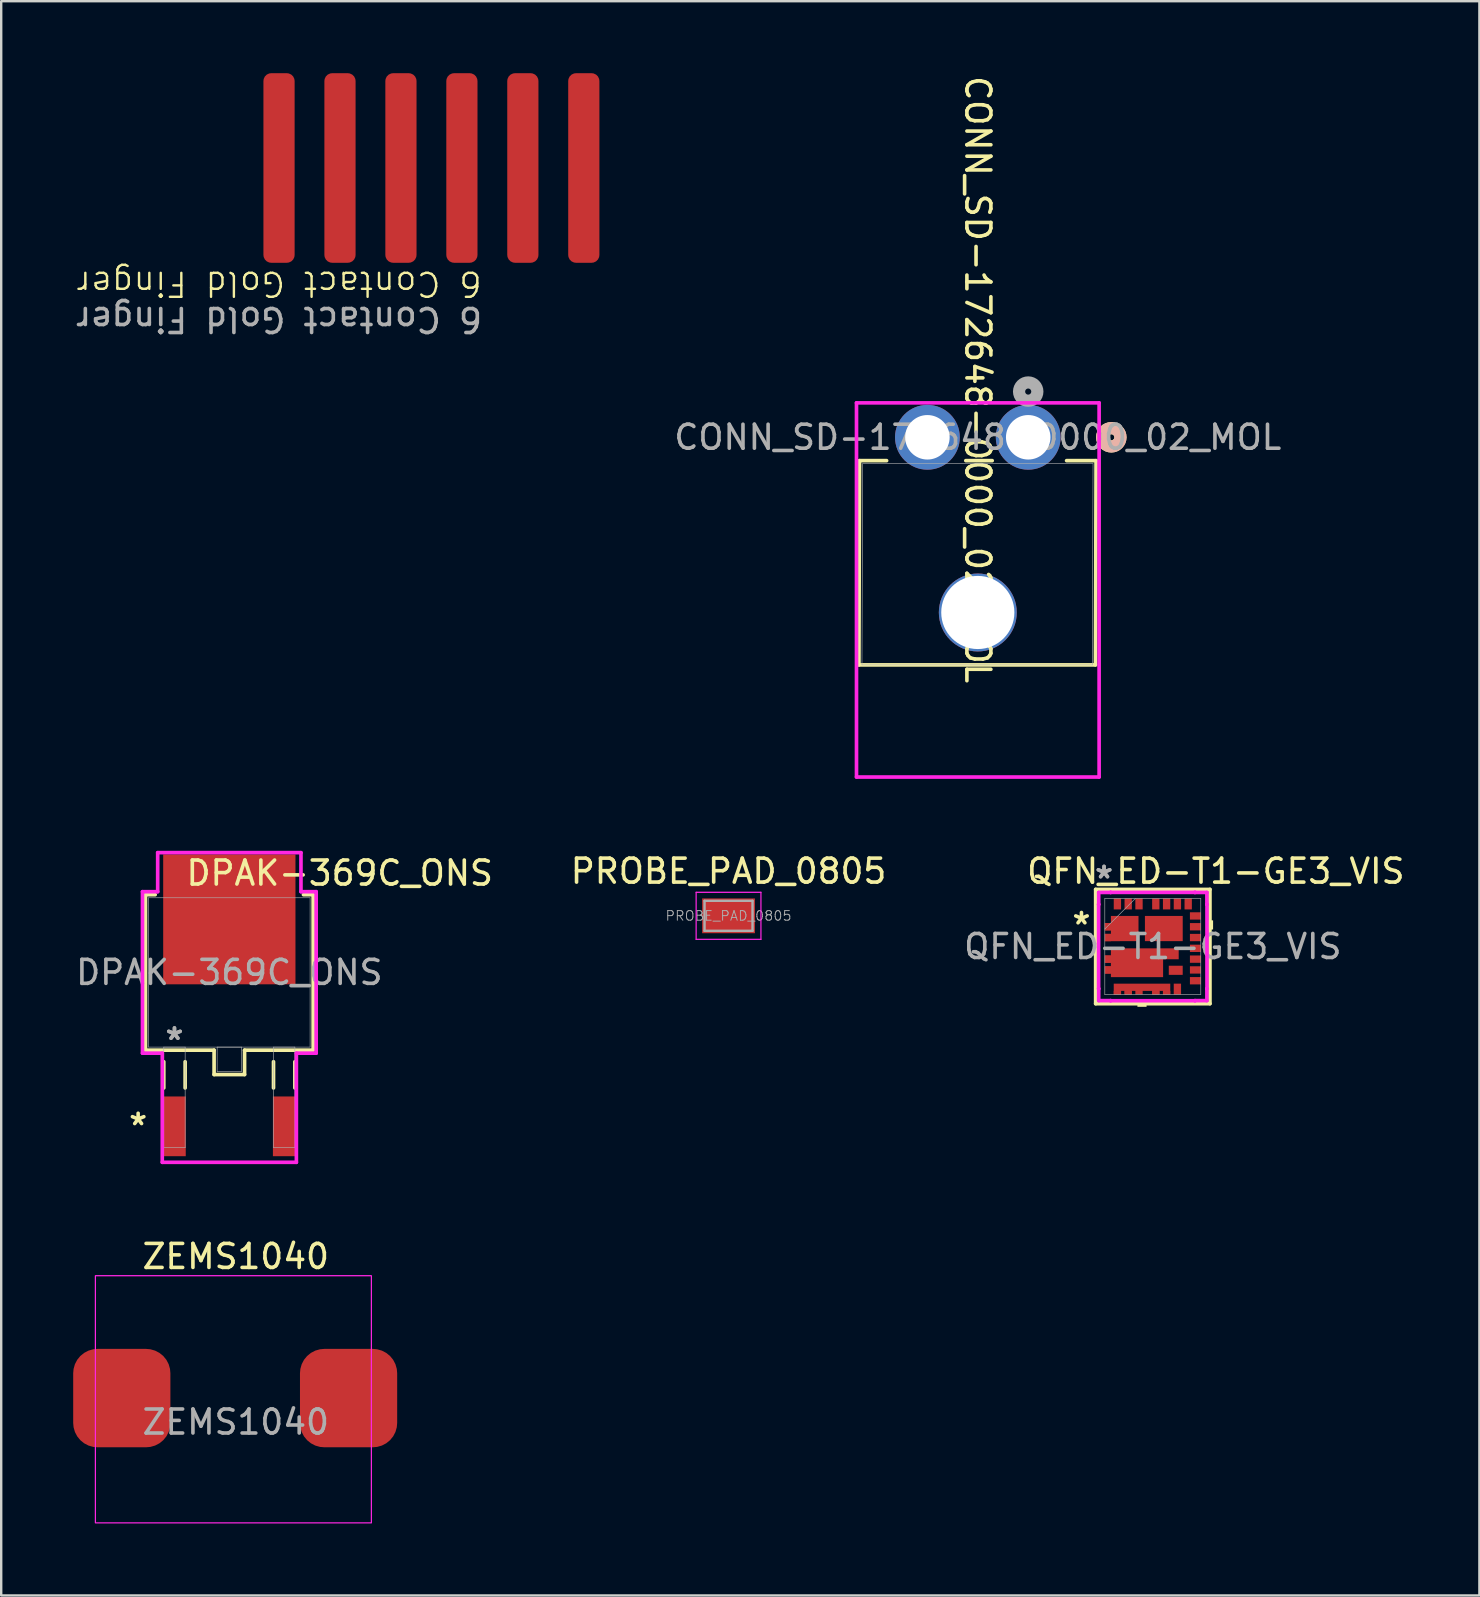
<source format=kicad_pcb>
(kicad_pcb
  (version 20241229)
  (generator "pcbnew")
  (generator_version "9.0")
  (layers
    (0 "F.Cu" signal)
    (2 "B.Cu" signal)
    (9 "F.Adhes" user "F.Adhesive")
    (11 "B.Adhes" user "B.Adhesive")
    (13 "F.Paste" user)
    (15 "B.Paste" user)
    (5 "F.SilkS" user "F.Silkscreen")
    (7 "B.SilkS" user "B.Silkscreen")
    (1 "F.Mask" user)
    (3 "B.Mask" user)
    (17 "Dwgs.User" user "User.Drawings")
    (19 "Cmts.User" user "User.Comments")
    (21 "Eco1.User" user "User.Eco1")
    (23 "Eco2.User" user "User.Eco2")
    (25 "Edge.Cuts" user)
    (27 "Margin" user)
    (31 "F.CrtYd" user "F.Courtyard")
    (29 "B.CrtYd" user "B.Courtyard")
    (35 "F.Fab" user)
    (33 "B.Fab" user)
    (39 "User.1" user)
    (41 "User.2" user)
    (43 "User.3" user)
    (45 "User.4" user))
  (footprint "PROBE_PAD_0805"
    (layer "F.Cu")
    (at 27.308 35.112)
    (property "Reference" "PROBE_PAD_0805" (at 0 -1.86 0) (layer "F.SilkS") (effects (font (size 1 1) (thickness 0.15))))
    (attr smd)
    (fp_line (start -1.35 -0.98) (end -1.35 0.98) (stroke (width 0.05) (type solid)) (layer "F.CrtYd"))
    (fp_line (start 1.35 -0.98) (end -1.35 -0.98) (stroke (width 0.05) (type solid)) (layer "F.CrtYd"))
    (fp_line (start 1.35 -0.98) (end 1.35 0.98) (stroke (width 0.05) (type solid)) (layer "F.CrtYd"))
    (fp_line (start 1.35 0.98) (end -1.35 0.98) (stroke (width 0.05) (type solid)) (layer "F.CrtYd"))
    (fp_line (start -1 -0.625) (end 1 -0.625) (stroke (width 0.1) (type solid)) (layer "F.Fab"))
    (fp_line (start -1 0.625) (end -1 -0.625) (stroke (width 0.1) (type solid)) (layer "F.Fab"))
    (fp_line (start -1 0.625) (end 1 0.625) (stroke (width 0.1) (type solid)) (layer "F.Fab"))
    (fp_line (start 1 0.625) (end 1 -0.625) (stroke (width 0.1) (type solid)) (layer "F.Fab"))
    (fp_text user "${REFERENCE}" (at 0 0 0) (layer "F.Fab") (effects (font (size 0.4 0.4) (thickness 0.04))))
    (pad "1" smd rect (at 0 0) (size 2.2 1.45) (layers "F.Cu" "F.Mask" "F.Paste")))
  (footprint "DPAK-369C_ONS"
    (layer "F.Cu")
    (at 6.506 37.471)
    (property "Reference" "DPAK-369C_ONS" (at 4.6 -4.139 0) (unlocked yes) (layer "F.SilkS") (effects (font (size 1 1) (thickness 0.15))))
    (attr smd)
    (fp_line (start -3.493 -3.239) (end -3.493 3.239) (stroke (width 0.152) (type solid)) (layer "F.SilkS"))
    (fp_line (start -3.493 3.239) (end -0.635 3.239) (stroke (width 0.152) (type solid)) (layer "F.SilkS"))
    (fp_line (start -3.089 -3.239) (end -3.493 -3.239) (stroke (width 0.152) (type solid)) (layer "F.SilkS"))
    (fp_line (start -2.731 3.721) (end -2.731 4.813) (stroke (width 0.152) (type solid)) (layer "F.SilkS"))
    (fp_line (start -1.841 3.721) (end -1.841 4.813) (stroke (width 0.152) (type solid)) (layer "F.SilkS"))
    (fp_line (start -0.635 3.239) (end -0.635 4.255) (stroke (width 0.152) (type solid)) (layer "F.SilkS"))
    (fp_line (start -0.635 4.255) (end 0.635 4.255) (stroke (width 0.152) (type solid)) (layer "F.SilkS"))
    (fp_line (start 0.635 3.239) (end 3.493 3.239) (stroke (width 0.152) (type solid)) (layer "F.SilkS"))
    (fp_line (start 0.635 4.255) (end 0.635 3.239) (stroke (width 0.152) (type solid)) (layer "F.SilkS"))
    (fp_line (start 1.841 3.721) (end 1.841 4.813) (stroke (width 0.152) (type solid)) (layer "F.SilkS"))
    (fp_line (start 2.731 3.721) (end 2.731 4.813) (stroke (width 0.152) (type solid)) (layer "F.SilkS"))
    (fp_line (start 3.493 -3.239) (end 3.089 -3.239) (stroke (width 0.152) (type solid)) (layer "F.SilkS"))
    (fp_line (start 3.493 3.239) (end 3.493 -3.239) (stroke (width 0.152) (type solid)) (layer "F.SilkS"))
    (fp_line (start -3.619 -3.365) (end -2.985 -3.365) (stroke (width 0.152) (type solid)) (layer "F.CrtYd"))
    (fp_line (start -3.619 3.365) (end -3.619 -3.365) (stroke (width 0.152) (type solid)) (layer "F.CrtYd"))
    (fp_line (start -2.985 -4.991) (end 2.985 -4.991) (stroke (width 0.152) (type solid)) (layer "F.CrtYd"))
    (fp_line (start -2.985 -3.365) (end -2.985 -4.991) (stroke (width 0.152) (type solid)) (layer "F.CrtYd"))
    (fp_line (start -2.794 3.365) (end -3.619 3.365) (stroke (width 0.152) (type solid)) (layer "F.CrtYd"))
    (fp_line (start -2.794 7.912) (end -2.794 3.365) (stroke (width 0.152) (type solid)) (layer "F.CrtYd"))
    (fp_line (start 2.794 3.365) (end 2.794 7.912) (stroke (width 0.152) (type solid)) (layer "F.CrtYd"))
    (fp_line (start 2.794 7.912) (end -2.794 7.912) (stroke (width 0.152) (type solid)) (layer "F.CrtYd"))
    (fp_line (start 2.985 -4.991) (end 2.985 -3.365) (stroke (width 0.152) (type solid)) (layer "F.CrtYd"))
    (fp_line (start 2.985 -3.365) (end 3.619 -3.365) (stroke (width 0.152) (type solid)) (layer "F.CrtYd"))
    (fp_line (start 3.619 -3.365) (end 3.619 3.365) (stroke (width 0.152) (type solid)) (layer "F.CrtYd"))
    (fp_line (start 3.619 3.365) (end 2.794 3.365) (stroke (width 0.152) (type solid)) (layer "F.CrtYd"))
    (fp_line (start -3.365 -3.111) (end -3.365 3.111) (stroke (width 0.025) (type solid)) (layer "F.Fab"))
    (fp_line (start -3.365 3.111) (end 3.365 3.111) (stroke (width 0.025) (type solid)) (layer "F.Fab"))
    (fp_line (start -2.731 3.111) (end -2.731 7.303) (stroke (width 0.025) (type solid)) (layer "F.Fab"))
    (fp_line (start -2.731 7.303) (end -1.841 7.303) (stroke (width 0.025) (type solid)) (layer "F.Fab"))
    (fp_line (start -1.841 3.111) (end -2.731 3.111) (stroke (width 0.025) (type solid)) (layer "F.Fab"))
    (fp_line (start -1.841 7.303) (end -1.841 3.111) (stroke (width 0.025) (type solid)) (layer "F.Fab"))
    (fp_line (start -0.508 3.111) (end -0.508 4.128) (stroke (width 0.025) (type solid)) (layer "F.Fab"))
    (fp_line (start -0.508 4.128) (end 0.508 4.128) (stroke (width 0.025) (type solid)) (layer "F.Fab"))
    (fp_line (start 0.508 3.111) (end -0.508 3.111) (stroke (width 0.025) (type solid)) (layer "F.Fab"))
    (fp_line (start 0.508 4.128) (end 0.508 3.111) (stroke (width 0.025) (type solid)) (layer "F.Fab"))
    (fp_line (start 1.841 3.111) (end 1.841 7.303) (stroke (width 0.025) (type solid)) (layer "F.Fab"))
    (fp_line (start 1.841 7.303) (end 2.731 7.303) (stroke (width 0.025) (type solid)) (layer "F.Fab"))
    (fp_line (start 2.731 3.111) (end 1.841 3.111) (stroke (width 0.025) (type solid)) (layer "F.Fab"))
    (fp_line (start 2.731 7.303) (end 2.731 3.111) (stroke (width 0.025) (type solid)) (layer "F.Fab"))
    (fp_line (start 3.365 -3.111) (end -3.365 -3.111) (stroke (width 0.025) (type solid)) (layer "F.Fab"))
    (fp_line (start 3.365 3.111) (end 3.365 -3.111) (stroke (width 0.025) (type solid)) (layer "F.Fab"))
    (fp_text user "*" (at -3.8 6.413 0) (layer "F.SilkS") (effects (font (size 1 1) (thickness 0.15))))
    (fp_text user "${REFERENCE}" (at 0 0 0) (unlocked yes) (layer "F.Fab") (effects (font (size 1 1) (thickness 0.15))))
    (fp_text user "*" (at -2.286 2.857 0) (layer "F.Fab") (effects (font (size 1 1) (thickness 0.15))))
    (fp_text user "*" (at -2.286 2.857 0) (layer "F.Fab") (effects (font (size 1 1) (thickness 0.15))))
    (pad "1" smd rect (at 0 -2.21) (size 5.512 5.41) (layers "F.Cu" "F.Mask" "F.Paste"))
    (pad "2" smd rect (at -2.286 6.413) (size 0.94 2.489) (layers "F.Cu" "F.Mask" "F.Paste"))
    (pad "3" smd rect (at 2.286 6.413) (size 0.94 2.489) (layers "F.Cu" "F.Mask" "F.Paste")))
  (footprint "6 Contact Gold Finger"
    (layer "F.Cu")
    (at 8.577 7.76)
    (property "Reference" "6 Contact Gold Finger" (at 0 1.016 180) (unlocked yes) (layer "F.SilkS") (effects (font (size 1 1) (thickness 0.1))))
    (attr smd)
    (fp_text user "${REFERENCE}" (at 0 2.5 180) (unlocked yes) (layer "F.Fab") (effects (font (size 1 1) (thickness 0.15))))
    (pad "1" smd roundrect (at 0 -3.81) (size 1.3 7.9) (layers "F.Cu" "F.Mask" "F.Paste") (roundrect_rratio 0.25))
    (pad "2" smd roundrect (at 2.54 -3.81) (size 1.3 7.9) (layers "F.Cu" "F.Mask" "F.Paste") (roundrect_rratio 0.25))
    (pad "3" smd roundrect (at 5.08 -3.81) (size 1.3 7.9) (layers "F.Cu" "F.Mask" "F.Paste") (roundrect_rratio 0.25))
    (pad "4" smd roundrect (at 7.62 -3.81) (size 1.3 7.9) (layers "F.Cu" "F.Mask" "F.Paste") (roundrect_rratio 0.25))
    (pad "5" smd roundrect (at 10.16 -3.81) (size 1.3 7.9) (layers "F.Cu" "F.Mask" "F.Paste") (roundrect_rratio 0.25))
    (pad "6" smd roundrect (at 12.7 -3.81) (size 1.3 7.9) (layers "F.Cu" "F.Mask" "F.Paste") (roundrect_rratio 0.25)))
  (footprint "CONN_SD-172648-0000_02_MOL"
    (layer "F.Cu")
    (at 39.795 15.172)
    (property "Reference" "CONN_SD-172648-0000_02_MOL" (at -2.1 -2.404 270) (unlocked yes) (layer "F.SilkS") (effects (font (size 1 1) (thickness 0.15))))
    (attr through_hole exclude_from_pos_files exclude_from_bom)
    (fp_line (start -7.054 9.484) (end 2.802 9.484) (stroke (width 0.152) (type solid)) (layer "F.SilkS"))
    (fp_line (start -7.028 0.973) (end -7.054 9.484) (stroke (width 0.152) (type solid)) (layer "F.SilkS"))
    (fp_line (start -5.9 0.973) (end -7.028 0.973) (stroke (width 0.152) (type solid)) (layer "F.SilkS"))
    (fp_line (start -1.5 0.973) (end -2.6 0.973) (stroke (width 0.152) (type solid)) (layer "F.SilkS"))
    (fp_line (start 2.802 9.484) (end 2.828 0.973) (stroke (width 0.152) (type solid)) (layer "F.SilkS"))
    (fp_line (start 2.828 0.973) (end 1.6 0.973) (stroke (width 0.152) (type solid)) (layer "F.SilkS"))
    (fp_circle (center 3.463 0) (end 3.844 0) (stroke (width 0.508) (type solid)) (fill no) (layer "F.SilkS"))
    (fp_circle (center 3.463 0) (end 3.844 0) (stroke (width 0.508) (type solid)) (fill no) (layer "B.SilkS"))
    (fp_line (start -7.155 -1.435) (end -7.155 14.156) (stroke (width 0.152) (type solid)) (layer "F.CrtYd"))
    (fp_line (start -7.155 14.156) (end 2.955 14.156) (stroke (width 0.152) (type solid)) (layer "F.CrtYd"))
    (fp_line (start 2.955 -1.435) (end -7.155 -1.435) (stroke (width 0.152) (type solid)) (layer "F.CrtYd"))
    (fp_line (start 2.955 14.156) (end 2.955 -1.435) (stroke (width 0.152) (type solid)) (layer "F.CrtYd"))
    (fp_line (start -6.927 9.484) (end 2.675 9.484) (stroke (width 0.025) (type solid)) (layer "F.Fab"))
    (fp_line (start -6.901 1.1) (end -6.927 9.484) (stroke (width 0.025) (type solid)) (layer "F.Fab"))
    (fp_line (start 2.675 9.484) (end 2.701 1.1) (stroke (width 0.025) (type solid)) (layer "F.Fab"))
    (fp_line (start 2.701 1.1) (end -6.901 1.1) (stroke (width 0.025) (type solid)) (layer "F.Fab"))
    (fp_circle (center 0 -1.905) (end 0.381 -1.905) (stroke (width 0.508) (type solid)) (fill no) (layer "F.Fab"))
    (fp_text user "${REFERENCE}" (at -2.1 0 0) (unlocked yes) (layer "F.Fab") (effects (font (size 1 1) (thickness 0.15))))
    (pad "" np_thru_hole circle (at -2.1 7.3) (size 3.248 3.248) (drill 3.048) (layers "*.Cu" "*.Mask"))
    (pad "1" thru_hole circle (at 0 0) (size 2.7 2.7) (drill 1.854) (layers "*.Cu" "*.Mask"))
    (pad "2" thru_hole circle (at -4.2 0) (size 2.7 2.7) (drill 1.854) (layers "*.Cu" "*.Mask")))
  (footprint "QFN_ED-T1-GE3_VIS"
    (layer "F.Cu")
    (at 44.987 36.392)
    (property "Reference" "QFN_ED-T1-GE3_VIS" (at 2.627 -3.14 0) (unlocked yes) (layer "F.SilkS") (effects (font (size 1 1) (thickness 0.15))))
    (attr smd)
    (fp_poly (pts (xy -1.628 1.546) (xy 0.728 1.546) (xy 0.728 2) (xy 0.423 2) (xy 0.423 1.848) (xy 0.277 1.848) (xy 0.277 2) (xy -0.027 2) (xy -0.027 1.848) (xy -0.423 1.848) (xy -0.423 2) (xy -0.727 2) (xy -0.727 1.848) (xy -0.873 1.848) (xy -0.873 2) (xy -1.178 2) (xy -1.178 1.848) (xy -1.323 1.848) (xy -1.323 2) (xy -1.628 2)) (stroke (width 0) (type solid)) (fill yes) (layer "F.Mask"))
    (fp_line (start -2.381 -2.381) (end -2.381 2.381) (stroke (width 0.152) (type solid)) (layer "F.SilkS"))
    (fp_line (start -2.381 2.381) (end 2.381 2.381) (stroke (width 0.152) (type solid)) (layer "F.SilkS"))
    (fp_line (start 2.381 -2.381) (end -2.381 -2.381) (stroke (width 0.152) (type solid)) (layer "F.SilkS"))
    (fp_line (start 2.381 2.381) (end 2.381 -2.381) (stroke (width 0.152) (type solid)) (layer "F.SilkS"))
    (fp_poly (pts (xy -0.641 2.258) (xy -0.641 2.512) (xy -0.26 2.512) (xy -0.26 2.258)) (stroke (width 0) (type solid)) (fill yes) (layer "F.SilkS"))
    (fp_poly (pts (xy 2.512 -1.091) (xy 2.512 -0.71) (xy 2.258 -0.71) (xy 2.258 -1.091)) (stroke (width 0) (type solid)) (fill yes) (layer "F.SilkS"))
    (fp_poly (pts (xy -1.746 0.075) (xy 1.079 0.076) (xy 1.079 0.53) (xy 0.429 0.53) (xy 0.429 1.275) (xy -1.746 1.275) (xy -1.746 1.127) (xy -2 1.127) (xy -2 0.823) (xy -1.746 0.823) (xy -1.746 0.677) (xy -2 0.677) (xy -2 0.373) (xy -1.746 0.373)) (stroke (width 0) (type solid)) (fill yes) (layer "F.Paste"))
    (fp_poly (pts (xy -0.727 2) (xy -0.727 1.848) (xy -0.873 1.848) (xy -0.873 2) (xy -1.178 2) (xy -1.178 1.848) (xy -1.323 1.848) (xy -1.323 2) (xy -1.628 2) (xy -1.628 1.546) (xy 0.728 1.546) (xy 0.728 2) (xy 0.423 2) (xy 0.423 1.848) (xy 0.277 1.848) (xy 0.277 2) (xy -0.027 2) (xy -0.027 1.848) (xy -0.423 1.848) (xy -0.423 2)) (stroke (width 0) (type solid)) (fill yes) (layer "F.Paste"))
    (fp_line (start -2.258 -1.756) (end -2.254 -1.756) (stroke (width 0.152) (type solid)) (layer "F.CrtYd"))
    (fp_line (start -2.258 1.756) (end -2.258 -1.756) (stroke (width 0.152) (type solid)) (layer "F.CrtYd"))
    (fp_line (start -2.254 -2.254) (end -1.757 -2.254) (stroke (width 0.152) (type solid)) (layer "F.CrtYd"))
    (fp_line (start -2.254 -1.756) (end -2.254 -2.254) (stroke (width 0.152) (type solid)) (layer "F.CrtYd"))
    (fp_line (start -2.254 1.756) (end -2.258 1.756) (stroke (width 0.152) (type solid)) (layer "F.CrtYd"))
    (fp_line (start -2.254 2.254) (end -2.254 1.756) (stroke (width 0.152) (type solid)) (layer "F.CrtYd"))
    (fp_line (start -1.757 -2.258) (end 1.757 -2.258) (stroke (width 0.152) (type solid)) (layer "F.CrtYd"))
    (fp_line (start -1.757 -2.254) (end -1.757 -2.258) (stroke (width 0.152) (type solid)) (layer "F.CrtYd"))
    (fp_line (start -1.757 2.254) (end -2.254 2.254) (stroke (width 0.152) (type solid)) (layer "F.CrtYd"))
    (fp_line (start -1.757 2.258) (end -1.757 2.254) (stroke (width 0.152) (type solid)) (layer "F.CrtYd"))
    (fp_line (start 1.757 -2.258) (end 1.757 -2.254) (stroke (width 0.152) (type solid)) (layer "F.CrtYd"))
    (fp_line (start 1.757 -2.254) (end 2.254 -2.254) (stroke (width 0.152) (type solid)) (layer "F.CrtYd"))
    (fp_line (start 1.757 2.254) (end 1.757 2.258) (stroke (width 0.152) (type solid)) (layer "F.CrtYd"))
    (fp_line (start 1.757 2.258) (end -1.757 2.258) (stroke (width 0.152) (type solid)) (layer "F.CrtYd"))
    (fp_line (start 2.254 -2.254) (end 2.254 -1.756) (stroke (width 0.152) (type solid)) (layer "F.CrtYd"))
    (fp_line (start 2.254 -1.756) (end 2.258 -1.756) (stroke (width 0.152) (type solid)) (layer "F.CrtYd"))
    (fp_line (start 2.254 1.756) (end 2.254 2.254) (stroke (width 0.152) (type solid)) (layer "F.CrtYd"))
    (fp_line (start 2.254 2.254) (end 1.757 2.254) (stroke (width 0.152) (type solid)) (layer "F.CrtYd"))
    (fp_line (start 2.258 -1.756) (end 2.258 1.756) (stroke (width 0.152) (type solid)) (layer "F.CrtYd"))
    (fp_line (start 2.258 1.756) (end 2.254 1.756) (stroke (width 0.152) (type solid)) (layer "F.CrtYd"))
    (fp_line (start -2 -2) (end -2 2) (stroke (width 0.025) (type solid)) (layer "F.Fab"))
    (fp_line (start -2 -0.73) (end -0.73 -2) (stroke (width 0.025) (type solid)) (layer "F.Fab"))
    (fp_line (start -2 2) (end 2 2) (stroke (width 0.025) (type solid)) (layer "F.Fab"))
    (fp_line (start 2 -2) (end -2 -2) (stroke (width 0.025) (type solid)) (layer "F.Fab"))
    (fp_line (start 2 2) (end 2 -2) (stroke (width 0.025) (type solid)) (layer "F.Fab"))
    (fp_text user "*" (at -2.973 -0.874 0) (layer "F.SilkS") (effects (font (size 1 1) (thickness 0.15))))
    (fp_text user "*" (at -2.032 -2.794 0) (unlocked yes) (layer "F.Fab") (effects (font (size 1 1) (thickness 0.15))))
    (fp_text user "${REFERENCE}" (at 0 0 0) (unlocked yes) (layer "F.Fab") (effects (font (size 1 1) (thickness 0.15))))
    (fp_text user "*" (at -2.032 -2.794 0) (layer "F.Fab") (effects (font (size 1 1) (thickness 0.15))))
    (pad "1" smd rect (at -1.873 -0.825 90) (size 0.305 0.254) (layers "F.Cu" "F.Mask" "F.Paste"))
    (pad "2" smd rect (at -1.873 -0.375 90) (size 0.305 0.254) (layers "F.Cu" "F.Mask" "F.Paste"))
    (pad "3" smd rect (at -1.873 0.525 90) (size 0.305 0.254) (layers "F.Cu" "F.Mask" "F.Paste"))
    (pad "4" smd rect (at -1.873 0.975 90) (size 0.305 0.254) (layers "F.Cu" "F.Mask" "F.Paste"))
    (pad "5" smd rect (at -1.475 1.924) (size 0.305 0.152) (layers "F.Cu" "F.Mask" "F.Paste"))
    (pad "6" smd rect (at -1.025 1.924) (size 0.305 0.152) (layers "F.Cu" "F.Mask" "F.Paste"))
    (pad "7" smd custom (at -0.575 1.924) (size 0.305 0.152) (layers "F.Cu" "F.Mask" "F.Paste") (options (anchor rect)) (primitives (gr_poly (pts (xy -1.053 0.076) (xy -1.053 -0.377) (xy 1.303 -0.377) (xy 1.303 0.076) (xy 0.998 0.076) (xy 0.998 -0.076) (xy 0.853 -0.076) (xy 0.853 0.076) (xy 0.548 0.076) (xy 0.548 -0.076) (xy 0.152 -0.076) (xy 0.152 0.076) (xy -0.152 0.076) (xy -0.152 -0.076) (xy -0.298 -0.076) (xy -0.298 0.076) (xy -0.602 0.076) (xy -0.602 -0.076) (xy -0.748 -0.076) (xy -0.748 0.076)) (width 0) (fill yes))))
    (pad "8" smd rect (at 0.125 1.924) (size 0.305 0.152) (layers "F.Cu" "F.Mask" "F.Paste"))
    (pad "9" smd rect (at 0.575 1.924) (size 0.305 0.152) (layers "F.Cu" "F.Mask" "F.Paste"))
    (pad "10" smd rect (at 1.025 1.775) (size 0.305 0.457) (layers "F.Cu" "F.Mask" "F.Paste"))
    (pad "11" smd rect (at 1.775 1.425 90) (size 0.305 0.457) (layers "F.Cu" "F.Mask" "F.Paste"))
    (pad "12" smd rect (at 1.775 0.975 90) (size 0.305 0.457) (layers "F.Cu" "F.Mask" "F.Paste"))
    (pad "13" smd rect (at 1.775 0.525 90) (size 0.305 0.457) (layers "F.Cu" "F.Mask" "F.Paste"))
    (pad "14" smd rect (at 1.775 0.075 90) (size 0.305 0.457) (layers "F.Cu" "F.Mask" "F.Paste"))
    (pad "15" smd rect (at 1.775 -0.375 90) (size 0.305 0.457) (layers "F.Cu" "F.Mask" "F.Paste"))
    (pad "16" smd rect (at 1.775 -0.825 90) (size 0.305 0.457) (layers "F.Cu" "F.Mask" "F.Paste"))
    (pad "17" smd rect (at 1.775 -1.275 90) (size 0.305 0.457) (layers "F.Cu" "F.Mask" "F.Paste"))
    (pad "18" smd rect (at 1.475 -1.775) (size 0.305 0.457) (layers "F.Cu" "F.Mask" "F.Paste"))
    (pad "19" smd rect (at 1.025 -1.775) (size 0.305 0.457) (layers "F.Cu" "F.Mask" "F.Paste"))
    (pad "20" smd rect (at 0.575 -1.775) (size 0.305 0.457) (layers "F.Cu" "F.Mask" "F.Paste"))
    (pad "21" smd rect (at 0.125 -1.775) (size 0.305 0.457) (layers "F.Cu" "F.Mask" "F.Paste"))
    (pad "22" smd rect (at -0.575 -1.775) (size 0.305 0.457) (layers "F.Cu" "F.Mask" "F.Paste"))
    (pad "23" smd rect (at -1.025 -1.775) (size 0.305 0.457) (layers "F.Cu" "F.Mask" "F.Paste"))
    (pad "24" smd rect (at -1.475 -1.775) (size 0.305 0.457) (layers "F.Cu" "F.Mask" "F.Paste"))
    (pad "25" smd rect (at 0.459 -0.75) (size 1.575 1.05) (layers "F.Cu" "F.Mask" "F.Paste"))
    (pad "26" smd custom (at -1.143 -0.762) (size 0.127 0.127) (layers "F.Cu" "F.Mask" "F.Paste") (options (anchor circle)) (primitives (gr_poly (pts (xy -0.857 -0.215) (xy -0.603 -0.215) (xy -0.603 -0.513) (xy 0.547 -0.513) (xy 0.547 0.537) (xy -0.857 0.539) (xy -0.857 0.235) (xy -0.603 0.235) (xy -0.603 0.089) (xy -0.857 0.089)) (width 0) (fill yes))))
    (pad "27" smd custom (at -0.635 0.635) (size 0.127 0.127) (layers "F.Cu" "F.Mask" "F.Paste") (options (anchor circle)) (primitives (gr_poly (pts (xy -1.111 0.64) (xy -1.111 0.492) (xy -1.365 0.492) (xy -1.365 0.188) (xy -1.111 0.188) (xy -1.111 0.042) (xy -1.365 0.042) (xy -1.365 -0.262) (xy -1.111 -0.262) (xy -1.111 -0.56) (xy 1.714 -0.559) (xy 1.714 -0.105) (xy 1.064 -0.105) (xy 1.064 0.64)) (width 0) (fill yes))))
    (pad "28" smd rect (at 0.956 0.99) (size 0.58 0.38) (layers "F.Cu" "F.Mask" "F.Paste")))
  (footprint "ZEMS1040"
    (layer "F.Cu")
    (at 6.775 55.308)
    (property "Reference" "ZEMS1040" (at 0 -6 0) (unlocked yes) (layer "F.SilkS") (effects (font (size 1 1) (thickness 0.15))))
    (attr smd)
    (fp_rect (start -5.85 -5.2) (end 5.65 5.1) (stroke (width 0.05) (type default)) (fill no) (layer "F.CrtYd"))
    (fp_text user "${REFERENCE}" (at 0 0.9 0) (unlocked yes) (layer "F.Fab") (effects (font (size 1 1) (thickness 0.15))))
    (pad "1" smd roundrect (at -4.75 -0.1) (size 4.05 4.1) (layers "F.Cu" "F.Mask" "F.Paste") (roundrect_rratio 0.25))
    (pad "2" smd roundrect (at 4.7 -0.1) (size 4.05 4.1) (layers "F.Cu" "F.Mask" "F.Paste") (roundrect_rratio 0.25)))
  (gr_rect
    (start -3 -3)
    (end 58.596 63.433)
    (stroke (width 0.1) (type default))
    (fill no)
    (layer "Edge.Cuts")))
</source>
